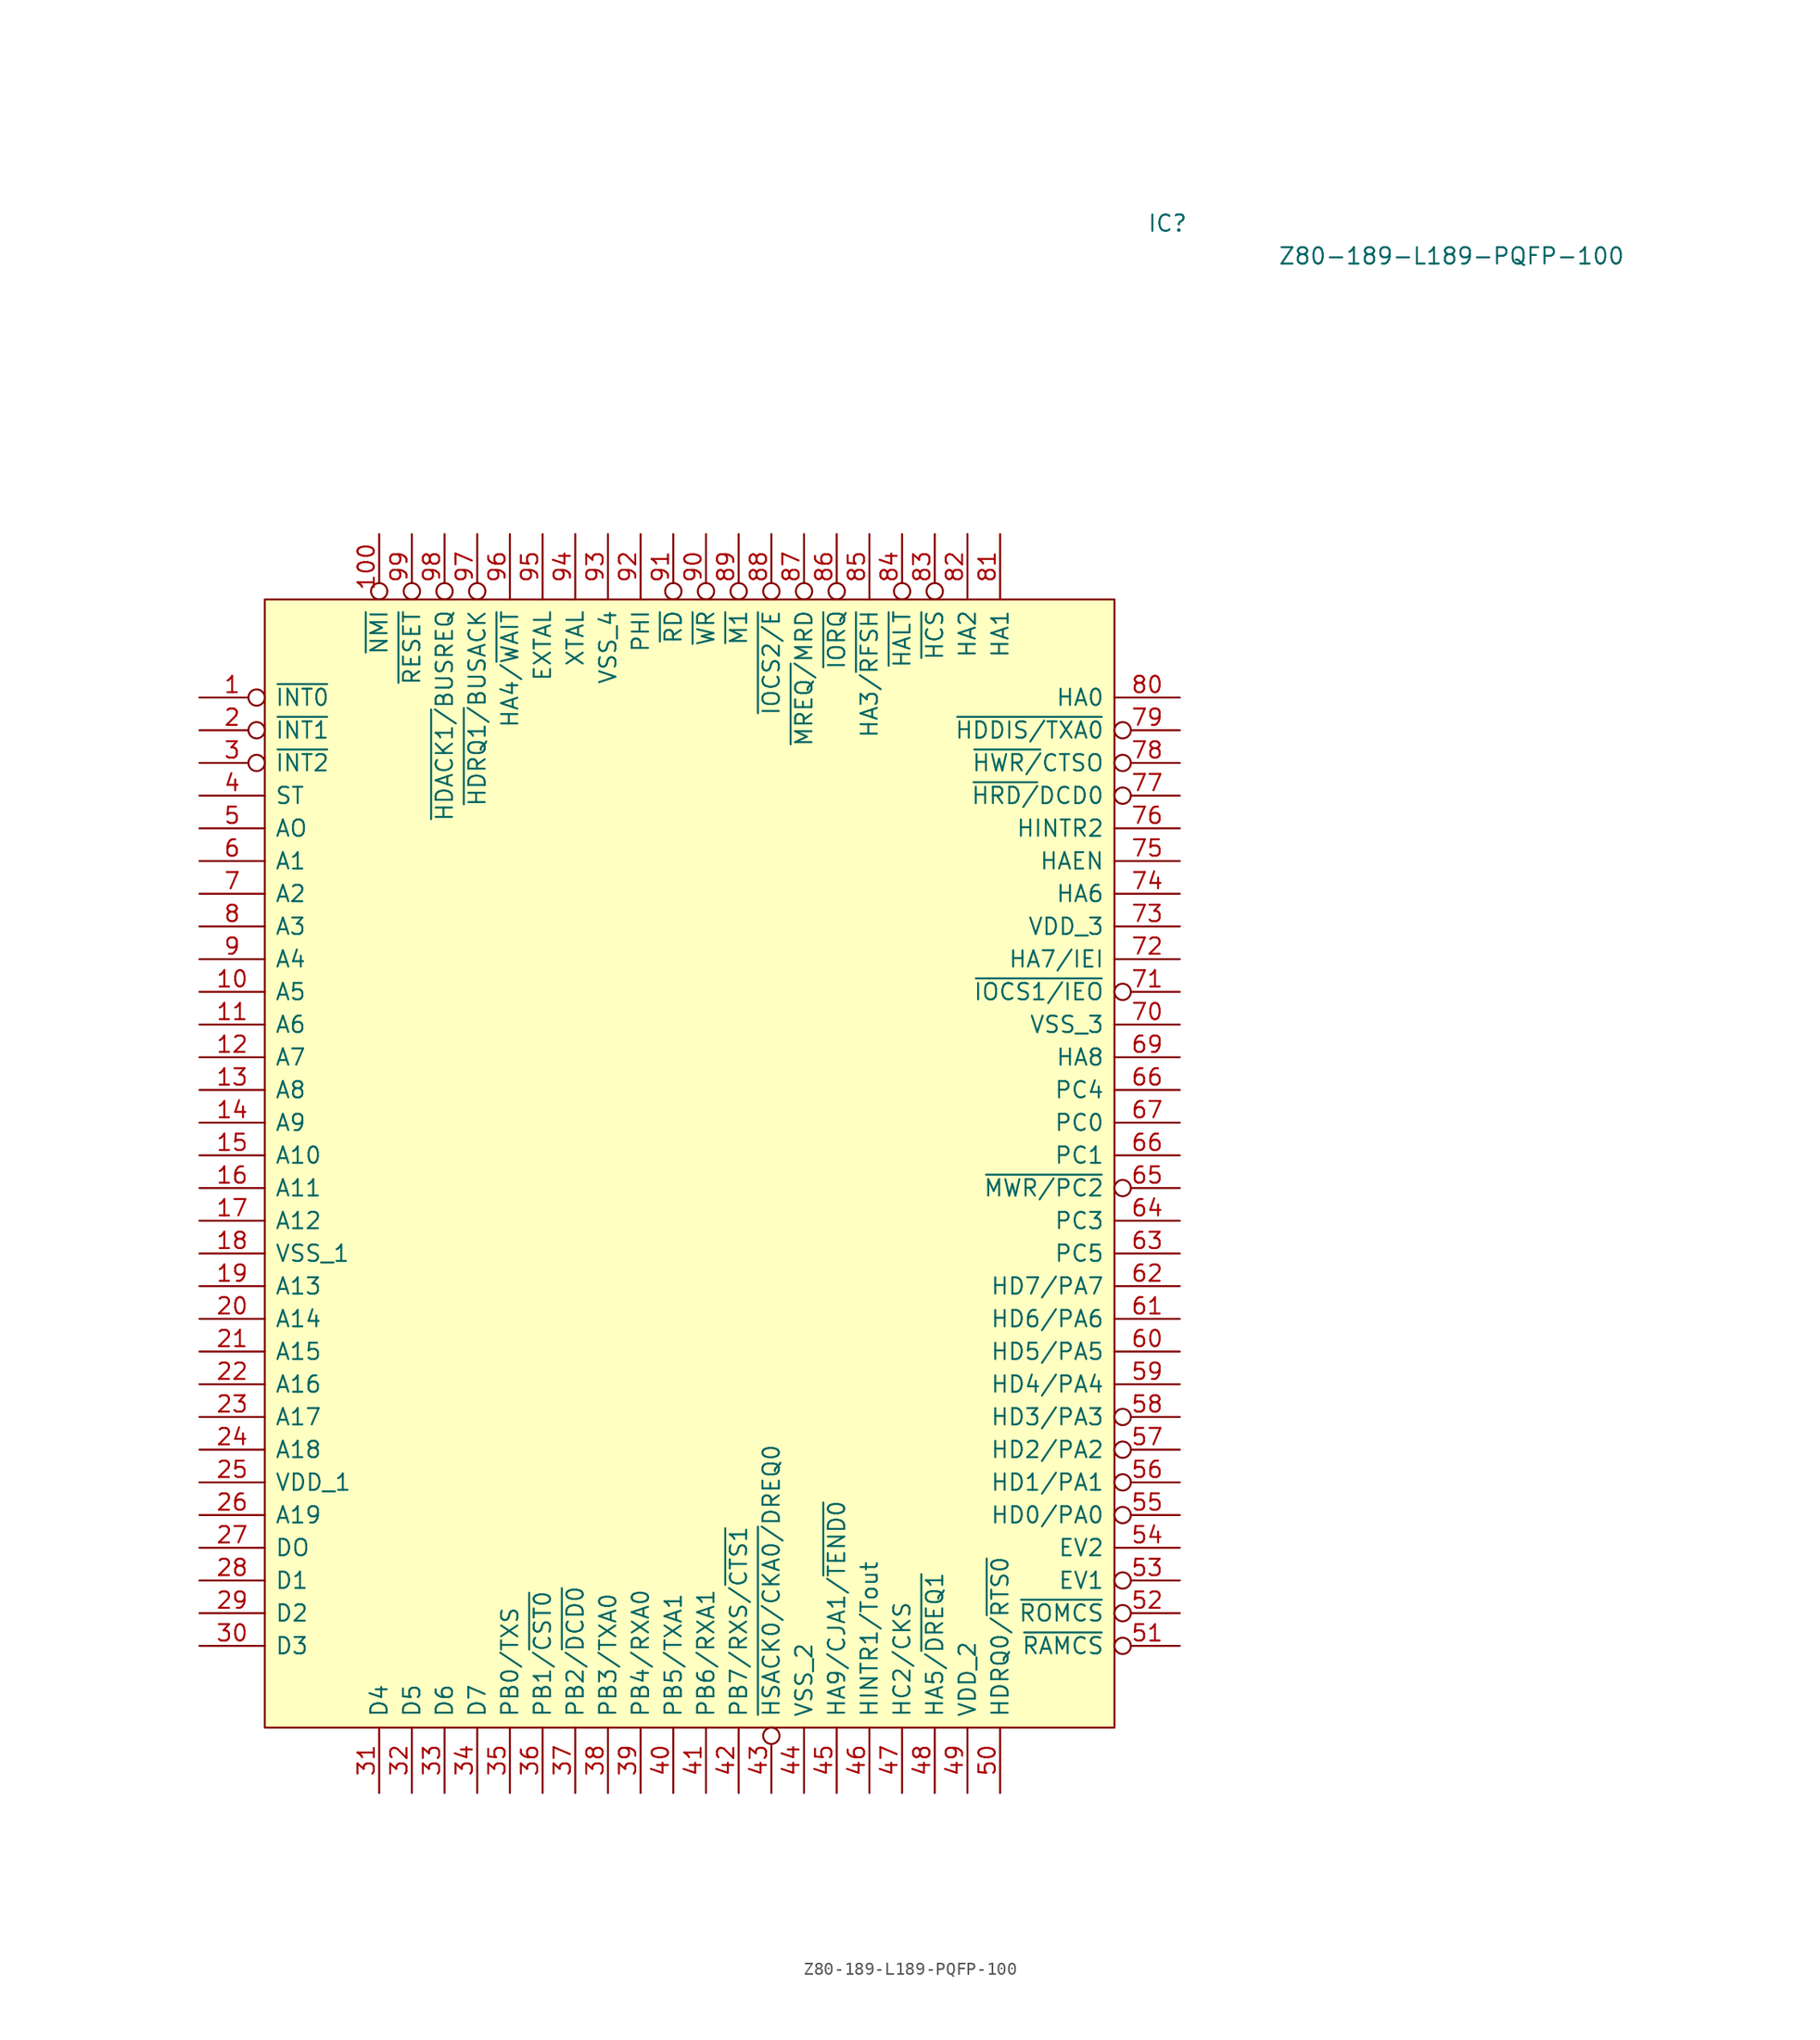
<source format=kicad_sym>
(kicad_symbol_lib
  (version 20211014)
  (generator kicad_symbol_editor)
  (symbol "Z80-189-L189-PQFP-100"
    (pin_names
      (offset 0.762))
    (property "Reference" "IC"
      (at 68.58 29.21 0)
      (effects (font (size 1.27 1.27)) (justify left)))
    (property "Value" "Z80-189-L189-PQFP-100"
      (at 78.74 26.67 0)
      (effects (font (size 1.27 1.27)) (justify left)))
    (symbol "Z80-189-L189-PQFP-100_0_0"
      (pin input inverted (at -5.08 -7.62 0) (length 5.08) (name "~{INT0}" (effects (font (size 1.27 1.27)))) (number "1" (effects (font (size 1.27 1.27)))))
      (pin tri_state line (at -5.08 -30.48 0) (length 5.08) (name "A5" (effects (font (size 1.27 1.27)))) (number "10" (effects (font (size 1.27 1.27)))))
      (pin input inverted (at 8.89 5.08 270) (length 5.08) (name "~{NMI}" (effects (font (size 1.27 1.27)))) (number "100" (effects (font (size 1.27 1.27)))))
      (pin tri_state line (at -5.08 -33.02 0) (length 5.08) (name "A6" (effects (font (size 1.27 1.27)))) (number "11" (effects (font (size 1.27 1.27)))))
      (pin tri_state line (at -5.08 -35.56 0) (length 5.08) (name "A7" (effects (font (size 1.27 1.27)))) (number "12" (effects (font (size 1.27 1.27)))))
      (pin tri_state line (at -5.08 -38.1 0) (length 5.08) (name "A8" (effects (font (size 1.27 1.27)))) (number "13" (effects (font (size 1.27 1.27)))))
      (pin tri_state line (at -5.08 -40.64 0) (length 5.08) (name "A9" (effects (font (size 1.27 1.27)))) (number "14" (effects (font (size 1.27 1.27)))))
      (pin tri_state line (at -5.08 -43.18 0) (length 5.08) (name "A10" (effects (font (size 1.27 1.27)))) (number "15" (effects (font (size 1.27 1.27)))))
      (pin tri_state line (at -5.08 -45.72 0) (length 5.08) (name "A11" (effects (font (size 1.27 1.27)))) (number "16" (effects (font (size 1.27 1.27)))))
      (pin tri_state line (at -5.08 -48.26 0) (length 5.08) (name "A12" (effects (font (size 1.27 1.27)))) (number "17" (effects (font (size 1.27 1.27)))))
      (pin power_in line (at -5.08 -50.8 0) (length 5.08) (name "VSS_1" (effects (font (size 1.27 1.27)))) (number "18" (effects (font (size 1.27 1.27)))))
      (pin tri_state line (at -5.08 -53.34 0) (length 5.08) (name "A13" (effects (font (size 1.27 1.27)))) (number "19" (effects (font (size 1.27 1.27)))))
      (pin input inverted (at -5.08 -10.16 0) (length 5.08) (name "~{INT1}" (effects (font (size 1.27 1.27)))) (number "2" (effects (font (size 1.27 1.27)))))
      (pin tri_state line (at -5.08 -55.88 0) (length 5.08) (name "A14" (effects (font (size 1.27 1.27)))) (number "20" (effects (font (size 1.27 1.27)))))
      (pin tri_state line (at -5.08 -58.42 0) (length 5.08) (name "A15" (effects (font (size 1.27 1.27)))) (number "21" (effects (font (size 1.27 1.27)))))
      (pin tri_state line (at -5.08 -60.96 0) (length 5.08) (name "A16" (effects (font (size 1.27 1.27)))) (number "22" (effects (font (size 1.27 1.27)))))
      (pin tri_state line (at -5.08 -63.5 0) (length 5.08) (name "A17" (effects (font (size 1.27 1.27)))) (number "23" (effects (font (size 1.27 1.27)))))
      (pin tri_state line (at -5.08 -66.04 0) (length 5.08) (name "A18" (effects (font (size 1.27 1.27)))) (number "24" (effects (font (size 1.27 1.27)))))
      (pin power_in line (at -5.08 -68.58 0) (length 5.08) (name "VDD_1" (effects (font (size 1.27 1.27)))) (number "25" (effects (font (size 1.27 1.27)))))
      (pin tri_state line (at -5.08 -71.12 0) (length 5.08) (name "A19" (effects (font (size 1.27 1.27)))) (number "26" (effects (font (size 1.27 1.27)))))
      (pin tri_state line (at -5.08 -73.66 0) (length 5.08) (name "DO" (effects (font (size 1.27 1.27)))) (number "27" (effects (font (size 1.27 1.27)))))
      (pin tri_state line (at -5.08 -76.2 0) (length 5.08) (name "D1" (effects (font (size 1.27 1.27)))) (number "28" (effects (font (size 1.27 1.27)))))
      (pin tri_state line (at -5.08 -78.74 0) (length 5.08) (name "D2" (effects (font (size 1.27 1.27)))) (number "29" (effects (font (size 1.27 1.27)))))
      (pin input inverted (at -5.08 -12.7 0) (length 5.08) (name "~{INT2}" (effects (font (size 1.27 1.27)))) (number "3" (effects (font (size 1.27 1.27)))))
      (pin tri_state line (at -5.08 -81.28 0) (length 5.08) (name "D3" (effects (font (size 1.27 1.27)))) (number "30" (effects (font (size 1.27 1.27)))))
      (pin tri_state line (at 8.89 -92.71 90) (length 5.08) (name "D4" (effects (font (size 1.27 1.27)))) (number "31" (effects (font (size 1.27 1.27)))))
      (pin tri_state line (at 11.43 -92.71 90) (length 5.08) (name "D5" (effects (font (size 1.27 1.27)))) (number "32" (effects (font (size 1.27 1.27)))))
      (pin tri_state line (at 13.97 -92.71 90) (length 5.08) (name "D6" (effects (font (size 1.27 1.27)))) (number "33" (effects (font (size 1.27 1.27)))))
      (pin tri_state line (at 16.51 -92.71 90) (length 5.08) (name "D7" (effects (font (size 1.27 1.27)))) (number "34" (effects (font (size 1.27 1.27)))))
      (pin bidirectional line (at 19.05 -92.71 90) (length 5.08) (name "PB0/TXS" (effects (font (size 1.27 1.27)))) (number "35" (effects (font (size 1.27 1.27)))))
      (pin bidirectional line (at 21.59 -92.71 90) (length 5.08) (name "PB1/~{CST0}" (effects (font (size 1.27 1.27)))) (number "36" (effects (font (size 1.27 1.27)))))
      (pin bidirectional line (at 24.13 -92.71 90) (length 5.08) (name "PB2/~{DCD0}" (effects (font (size 1.27 1.27)))) (number "37" (effects (font (size 1.27 1.27)))))
      (pin bidirectional line (at 26.67 -92.71 90) (length 5.08) (name "PB3/TXA0" (effects (font (size 1.27 1.27)))) (number "38" (effects (font (size 1.27 1.27)))))
      (pin bidirectional line (at 29.21 -92.71 90) (length 5.08) (name "PB4/RXA0" (effects (font (size 1.27 1.27)))) (number "39" (effects (font (size 1.27 1.27)))))
      (pin output line (at -5.08 -15.24 0) (length 5.08) (name "ST" (effects (font (size 1.27 1.27)))) (number "4" (effects (font (size 1.27 1.27)))))
      (pin bidirectional line (at 31.75 -92.71 90) (length 5.08) (name "PB5/TXA1" (effects (font (size 1.27 1.27)))) (number "40" (effects (font (size 1.27 1.27)))))
      (pin bidirectional line (at 34.29 -92.71 90) (length 5.08) (name "PB6/RXA1" (effects (font (size 1.27 1.27)))) (number "41" (effects (font (size 1.27 1.27)))))
      (pin bidirectional line (at 36.83 -92.71 90) (length 5.08) (name "PB7/RXS/~{CTS1}" (effects (font (size 1.27 1.27)))) (number "42" (effects (font (size 1.27 1.27)))))
      (pin bidirectional inverted (at 39.37 -92.71 90) (length 5.08) (name "~{HSACK0/CKA0/}DREQ0" (effects (font (size 1.27 1.27)))) (number "43" (effects (font (size 1.27 1.27)))))
      (pin power_in line (at 41.91 -92.71 90) (length 5.08) (name "VSS_2" (effects (font (size 1.27 1.27)))) (number "44" (effects (font (size 1.27 1.27)))))
      (pin input line (at 44.45 -92.71 90) (length 5.08) (name "HA9/CJA1/~{TEND0}" (effects (font (size 1.27 1.27)))) (number "45" (effects (font (size 1.27 1.27)))))
      (pin bidirectional line (at 46.99 -92.71 90) (length 5.08) (name "HINTR1/Tout" (effects (font (size 1.27 1.27)))) (number "46" (effects (font (size 1.27 1.27)))))
      (pin input line (at 49.53 -92.71 90) (length 5.08) (name "HC2/CKS" (effects (font (size 1.27 1.27)))) (number "47" (effects (font (size 1.27 1.27)))))
      (pin input line (at 52.07 -92.71 90) (length 5.08) (name "HA5/~{DREQ1}" (effects (font (size 1.27 1.27)))) (number "48" (effects (font (size 1.27 1.27)))))
      (pin bidirectional line (at 54.61 -92.71 90) (length 5.08) (name "VDD_2" (effects (font (size 1.27 1.27)))) (number "49" (effects (font (size 1.27 1.27)))))
      (pin tri_state line (at -5.08 -17.78 0) (length 5.08) (name "AO" (effects (font (size 1.27 1.27)))) (number "5" (effects (font (size 1.27 1.27)))))
      (pin bidirectional line (at 57.15 -92.71 90) (length 5.08) (name "HDRQ0/~{RTS0}" (effects (font (size 1.27 1.27)))) (number "50" (effects (font (size 1.27 1.27)))))
      (pin output inverted (at 71.12 -81.28 180) (length 5.08) (name "~{RAMCS}" (effects (font (size 1.27 1.27)))) (number "51" (effects (font (size 1.27 1.27)))))
      (pin output inverted (at 71.12 -78.74 180) (length 5.08) (name "~{ROMCS}" (effects (font (size 1.27 1.27)))) (number "52" (effects (font (size 1.27 1.27)))))
      (pin input inverted (at 71.12 -76.2 180) (length 5.08) (name "EV1" (effects (font (size 1.27 1.27)))) (number "53" (effects (font (size 1.27 1.27)))))
      (pin input line (at 71.12 -73.66 180) (length 5.08) (name "EV2" (effects (font (size 1.27 1.27)))) (number "54" (effects (font (size 1.27 1.27)))))
      (pin tri_state inverted (at 71.12 -71.12 180) (length 5.08) (name "HD0/PA0" (effects (font (size 1.27 1.27)))) (number "55" (effects (font (size 1.27 1.27)))))
      (pin tri_state inverted (at 71.12 -68.58 180) (length 5.08) (name "HD1/PA1" (effects (font (size 1.27 1.27)))) (number "56" (effects (font (size 1.27 1.27)))))
      (pin tri_state inverted (at 71.12 -66.04 180) (length 5.08) (name "HD2/PA2" (effects (font (size 1.27 1.27)))) (number "57" (effects (font (size 1.27 1.27)))))
      (pin tri_state inverted (at 71.12 -63.5 180) (length 5.08) (name "HD3/PA3" (effects (font (size 1.27 1.27)))) (number "58" (effects (font (size 1.27 1.27)))))
      (pin tri_state line (at 71.12 -60.96 180) (length 5.08) (name "HD4/PA4" (effects (font (size 1.27 1.27)))) (number "59" (effects (font (size 1.27 1.27)))))
      (pin tri_state line (at -5.08 -20.32 0) (length 5.08) (name "A1" (effects (font (size 1.27 1.27)))) (number "6" (effects (font (size 1.27 1.27)))))
      (pin tri_state line (at 71.12 -58.42 180) (length 5.08) (name "HD5/PA5" (effects (font (size 1.27 1.27)))) (number "60" (effects (font (size 1.27 1.27)))))
      (pin tri_state line (at 71.12 -55.88 180) (length 5.08) (name "HD6/PA6" (effects (font (size 1.27 1.27)))) (number "61" (effects (font (size 1.27 1.27)))))
      (pin tri_state line (at 71.12 -53.34 180) (length 5.08) (name "HD7/PA7" (effects (font (size 1.27 1.27)))) (number "62" (effects (font (size 1.27 1.27)))))
      (pin bidirectional line (at 71.12 -50.8 180) (length 5.08) (name "PC5" (effects (font (size 1.27 1.27)))) (number "63" (effects (font (size 1.27 1.27)))))
      (pin bidirectional inverted (at 71.12 -45.72 180) (length 5.08) (name "~{MWR/PC2}" (effects (font (size 1.27 1.27)))) (number "65" (effects (font (size 1.27 1.27)))))
      (pin bidirectional line (at 71.12 -43.18 180) (length 5.08) (name "PC1" (effects (font (size 1.27 1.27)))) (number "66" (effects (font (size 1.27 1.27)))))
      (pin bidirectional line (at 71.12 -38.1 180) (length 5.08) (name "PC4" (effects (font (size 1.27 1.27)))) (number "66" (effects (font (size 1.27 1.27)))))
      (pin bidirectional line (at 71.12 -40.64 180) (length 5.08) (name "PC0" (effects (font (size 1.27 1.27)))) (number "67" (effects (font (size 1.27 1.27)))))
      (pin input line (at 71.12 -35.56 180) (length 5.08) (name "HA8" (effects (font (size 1.27 1.27)))) (number "69" (effects (font (size 1.27 1.27)))))
      (pin tri_state line (at -5.08 -22.86 0) (length 5.08) (name "A2" (effects (font (size 1.27 1.27)))) (number "7" (effects (font (size 1.27 1.27)))))
      (pin power_in line (at 71.12 -33.02 180) (length 5.08) (name "VSS_3" (effects (font (size 1.27 1.27)))) (number "70" (effects (font (size 1.27 1.27)))))
      (pin output inverted (at 71.12 -30.48 180) (length 5.08) (name "~{IOCS1/IEO}" (effects (font (size 1.27 1.27)))) (number "71" (effects (font (size 1.27 1.27)))))
      (pin input line (at 71.12 -27.94 180) (length 5.08) (name "HA7/IEI" (effects (font (size 1.27 1.27)))) (number "72" (effects (font (size 1.27 1.27)))))
      (pin power_in line (at 71.12 -25.4 180) (length 5.08) (name "VDD_3" (effects (font (size 1.27 1.27)))) (number "73" (effects (font (size 1.27 1.27)))))
      (pin input line (at 71.12 -22.86 180) (length 5.08) (name "HA6" (effects (font (size 1.27 1.27)))) (number "74" (effects (font (size 1.27 1.27)))))
      (pin input line (at 71.12 -20.32 180) (length 5.08) (name "HAEN" (effects (font (size 1.27 1.27)))) (number "75" (effects (font (size 1.27 1.27)))))
      (pin bidirectional line (at 71.12 -17.78 180) (length 5.08) (name "HINTR2" (effects (font (size 1.27 1.27)))) (number "76" (effects (font (size 1.27 1.27)))))
      (pin bidirectional inverted (at 71.12 -15.24 180) (length 5.08) (name "~{HRD/}DCD0" (effects (font (size 1.27 1.27)))) (number "77" (effects (font (size 1.27 1.27)))))
      (pin bidirectional inverted (at 71.12 -12.7 180) (length 5.08) (name "~{HWR/}CTSO" (effects (font (size 1.27 1.27)))) (number "78" (effects (font (size 1.27 1.27)))))
      (pin bidirectional inverted (at 71.12 -10.16 180) (length 5.08) (name "~{HDDIS/TXA0}" (effects (font (size 1.27 1.27)))) (number "79" (effects (font (size 1.27 1.27)))))
      (pin tri_state line (at -5.08 -25.4 0) (length 5.08) (name "A3" (effects (font (size 1.27 1.27)))) (number "8" (effects (font (size 1.27 1.27)))))
      (pin input line (at 71.12 -7.62 180) (length 5.08) (name "HA0" (effects (font (size 1.27 1.27)))) (number "80" (effects (font (size 1.27 1.27)))))
      (pin input line (at 57.15 5.08 270) (length 5.08) (name "HA1" (effects (font (size 1.27 1.27)))) (number "81" (effects (font (size 1.27 1.27)))))
      (pin input line (at 54.61 5.08 270) (length 5.08) (name "HA2" (effects (font (size 1.27 1.27)))) (number "82" (effects (font (size 1.27 1.27)))))
      (pin bidirectional inverted (at 52.07 5.08 270) (length 5.08) (name "~{HCS}" (effects (font (size 1.27 1.27)))) (number "83" (effects (font (size 1.27 1.27)))))
      (pin bidirectional inverted (at 49.53 5.08 270) (length 5.08) (name "~{HALT}" (effects (font (size 1.27 1.27)))) (number "84" (effects (font (size 1.27 1.27)))))
      (pin input line (at 46.99 5.08 270) (length 5.08) (name "HA3/~{RFSH}" (effects (font (size 1.27 1.27)))) (number "85" (effects (font (size 1.27 1.27)))))
      (pin tri_state inverted (at 44.45 5.08 270) (length 5.08) (name "~{IORQ}" (effects (font (size 1.27 1.27)))) (number "86" (effects (font (size 1.27 1.27)))))
      (pin bidirectional inverted (at 41.91 5.08 270) (length 5.08) (name "~{MREQ/}MRD" (effects (font (size 1.27 1.27)))) (number "87" (effects (font (size 1.27 1.27)))))
      (pin output inverted (at 39.37 5.08 270) (length 5.08) (name "~{IOCS2/E}" (effects (font (size 1.27 1.27)))) (number "88" (effects (font (size 1.27 1.27)))))
      (pin bidirectional inverted (at 36.83 5.08 270) (length 5.08) (name "~{M1}" (effects (font (size 1.27 1.27)))) (number "89" (effects (font (size 1.27 1.27)))))
      (pin tri_state line (at -5.08 -27.94 0) (length 5.08) (name "A4" (effects (font (size 1.27 1.27)))) (number "9" (effects (font (size 1.27 1.27)))))
      (pin output inverted (at 34.29 5.08 270) (length 5.08) (name "~{WR}" (effects (font (size 1.27 1.27)))) (number "90" (effects (font (size 1.27 1.27)))))
      (pin tri_state inverted (at 31.75 5.08 270) (length 5.08) (name "~{RD}" (effects (font (size 1.27 1.27)))) (number "91" (effects (font (size 1.27 1.27)))))
      (pin output line (at 29.21 5.08 270) (length 5.08) (name "PHI" (effects (font (size 1.27 1.27)))) (number "92" (effects (font (size 1.27 1.27)))))
      (pin power_in line (at 26.67 5.08 270) (length 5.08) (name "VSS_4" (effects (font (size 1.27 1.27)))) (number "93" (effects (font (size 1.27 1.27)))))
      (pin output line (at 24.13 5.08 270) (length 5.08) (name "XTAL" (effects (font (size 1.27 1.27)))) (number "94" (effects (font (size 1.27 1.27)))))
      (pin input line (at 21.59 5.08 270) (length 5.08) (name "EXTAL" (effects (font (size 1.27 1.27)))) (number "95" (effects (font (size 1.27 1.27)))))
      (pin input line (at 19.05 5.08 270) (length 5.08) (name "HA4/~{WAIT}" (effects (font (size 1.27 1.27)))) (number "96" (effects (font (size 1.27 1.27)))))
      (pin input inverted (at 16.51 5.08 270) (length 5.08) (name "~{HDRQ1/}BUSACK" (effects (font (size 1.27 1.27)))) (number "97" (effects (font (size 1.27 1.27)))))
      (pin input inverted (at 13.97 5.08 270) (length 5.08) (name "~{HDACK1/}BUSREQ" (effects (font (size 1.27 1.27)))) (number "98" (effects (font (size 1.27 1.27)))))
      (pin input inverted (at 11.43 5.08 270) (length 5.08) (name "~{RESET}" (effects (font (size 1.27 1.27)))) (number "99" (effects (font (size 1.27 1.27))))))
    (symbol "Z80-189-L189-PQFP-100_0_1"
      (rectangle (start 0 0) (end 66.04 -87.63) (stroke (width 0) (type solid)) (fill (type background))))
    (symbol "Z80-189-L189-PQFP-100_1_1"
      (pin bidirectional line (at 71.12 -48.26 180) (length 5.08) (name "PC3" (effects (font (size 1.27 1.27)))) (number "64" (effects (font (size 1.27 1.27))))))))
</source>
